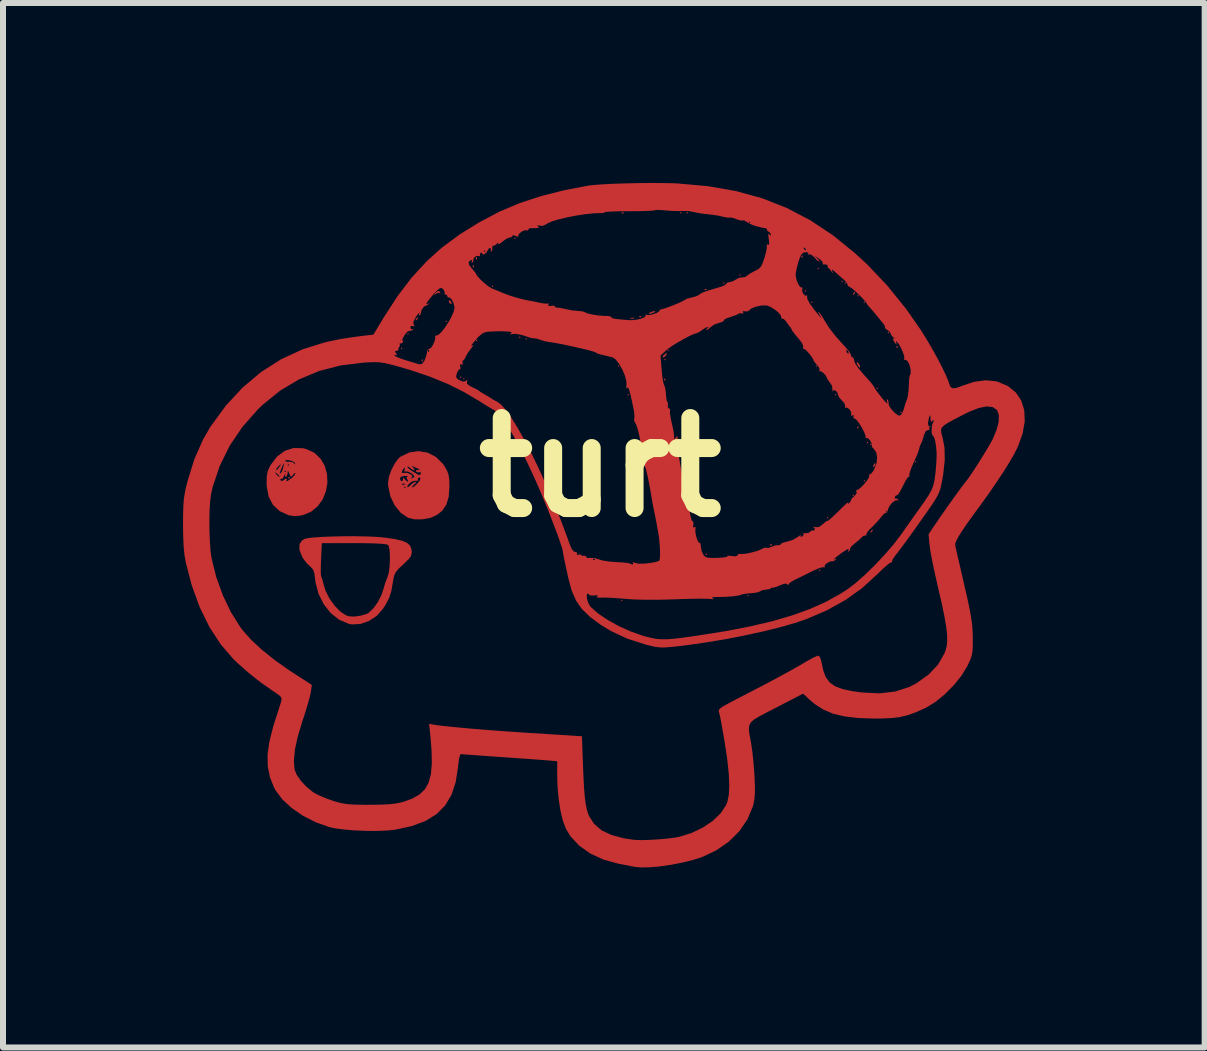
<source format=kicad_pcb>
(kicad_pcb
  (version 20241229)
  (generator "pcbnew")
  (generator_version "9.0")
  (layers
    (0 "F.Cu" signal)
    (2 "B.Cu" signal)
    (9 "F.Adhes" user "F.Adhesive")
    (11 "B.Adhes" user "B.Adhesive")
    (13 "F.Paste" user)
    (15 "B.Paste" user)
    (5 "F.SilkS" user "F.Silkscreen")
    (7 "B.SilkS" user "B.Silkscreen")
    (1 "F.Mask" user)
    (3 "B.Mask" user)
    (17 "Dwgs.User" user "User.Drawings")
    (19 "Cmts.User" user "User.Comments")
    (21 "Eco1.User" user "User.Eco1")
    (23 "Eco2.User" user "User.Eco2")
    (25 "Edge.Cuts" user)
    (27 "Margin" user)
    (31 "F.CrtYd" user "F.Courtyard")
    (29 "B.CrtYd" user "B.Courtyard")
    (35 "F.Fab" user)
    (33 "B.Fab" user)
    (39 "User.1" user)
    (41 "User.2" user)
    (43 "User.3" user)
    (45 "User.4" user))
  (footprint "turt"
    (layer "F.Cu")
    (at 6.955 4.739)
    (property "Reference" "turt" (at 0 0 0) (layer "F.SilkS") (effects (font (size 1.5 1.5) (thickness 0.3))))
    (attr board_only exclude_from_pos_files exclude_from_bom)
    (fp_poly (pts (xy -3.298 -1.981) (xy -3.311 -1.968) (xy -3.325 -1.981) (xy -3.311 -1.995)) (stroke (width 0) (type solid)) (fill yes) (layer "F.Cu"))
    (fp_poly (pts (xy -3.192 -2.221) (xy -3.205 -2.208) (xy -3.218 -2.221) (xy -3.205 -2.234)) (stroke (width 0) (type solid)) (fill yes) (layer "F.Cu"))
    (fp_poly (pts (xy -2.553 -2.434) (xy -2.567 -2.42) (xy -2.58 -2.434) (xy -2.567 -2.447)) (stroke (width 0) (type solid)) (fill yes) (layer "F.Cu"))
    (fp_poly (pts (xy -2.314 -1.503) (xy -2.327 -1.489) (xy -2.341 -1.503) (xy -2.327 -1.516)) (stroke (width 0) (type solid)) (fill yes) (layer "F.Cu"))
    (fp_poly (pts (xy -2.261 -1.476) (xy -2.274 -1.463) (xy -2.287 -1.476) (xy -2.274 -1.489)) (stroke (width 0) (type solid)) (fill yes) (layer "F.Cu"))
    (fp_poly (pts (xy -2.048 -2.114) (xy -2.061 -2.101) (xy -2.075 -2.114) (xy -2.061 -2.128)) (stroke (width 0) (type solid)) (fill yes) (layer "F.Cu"))
    (fp_poly (pts (xy -1.782 -3.019) (xy -1.795 -3.005) (xy -1.809 -3.019) (xy -1.795 -3.032)) (stroke (width 0) (type solid)) (fill yes) (layer "F.Cu"))
    (fp_poly (pts (xy -1.41 -3.817) (xy -1.423 -3.803) (xy -1.436 -3.817) (xy -1.423 -3.83)) (stroke (width 0) (type solid)) (fill yes) (layer "F.Cu"))
    (fp_poly (pts (xy -1.33 -2.168) (xy -1.343 -2.154) (xy -1.356 -2.168) (xy -1.343 -2.181)) (stroke (width 0) (type solid)) (fill yes) (layer "F.Cu"))
    (fp_poly (pts (xy -1.223 -2.141) (xy -1.237 -2.128) (xy -1.25 -2.141) (xy -1.237 -2.154)) (stroke (width 0) (type solid)) (fill yes) (layer "F.Cu"))
    (fp_poly (pts (xy 0.319 -1.689) (xy 0.306 -1.676) (xy 0.293 -1.689) (xy 0.306 -1.702)) (stroke (width 0) (type solid)) (fill yes) (layer "F.Cu"))
    (fp_poly (pts (xy 0.372 2.221) (xy 0.359 2.234) (xy 0.346 2.221) (xy 0.359 2.208)) (stroke (width 0) (type solid)) (fill yes) (layer "F.Cu"))
    (fp_poly (pts (xy 0.479 -1.21) (xy 0.465 -1.197) (xy 0.452 -1.21) (xy 0.465 -1.223)) (stroke (width 0) (type solid)) (fill yes) (layer "F.Cu"))
    (fp_poly (pts (xy 1.09 -1.795) (xy 1.077 -1.782) (xy 1.064 -1.795) (xy 1.077 -1.809)) (stroke (width 0) (type solid)) (fill yes) (layer "F.Cu"))
    (fp_poly (pts (xy 1.144 -1.955) (xy 1.13 -1.942) (xy 1.117 -1.955) (xy 1.13 -1.968)) (stroke (width 0) (type solid)) (fill yes) (layer "F.Cu"))
    (fp_poly (pts (xy 1.356 -4.242) (xy 1.343 -4.229) (xy 1.33 -4.242) (xy 1.343 -4.255)) (stroke (width 0) (type solid)) (fill yes) (layer "F.Cu"))
    (fp_poly (pts (xy 1.463 -4.242) (xy 1.45 -4.229) (xy 1.436 -4.242) (xy 1.45 -4.255)) (stroke (width 0) (type solid)) (fill yes) (layer "F.Cu"))
    (fp_poly (pts (xy 1.543 0.758) (xy 1.529 0.771) (xy 1.516 0.758) (xy 1.529 0.745)) (stroke (width 0) (type solid)) (fill yes) (layer "F.Cu"))
    (fp_poly (pts (xy 1.782 1.45) (xy 1.769 1.463) (xy 1.755 1.45) (xy 1.769 1.436)) (stroke (width 0) (type solid)) (fill yes) (layer "F.Cu"))
    (fp_poly (pts (xy 2.075 -3.072) (xy 2.061 -3.059) (xy 2.048 -3.072) (xy 2.061 -3.085)) (stroke (width 0) (type solid)) (fill yes) (layer "F.Cu"))
    (fp_poly (pts (xy 2.341 -3.205) (xy 2.327 -3.192) (xy 2.314 -3.205) (xy 2.327 -3.218)) (stroke (width 0) (type solid)) (fill yes) (layer "F.Cu"))
    (fp_poly (pts (xy 2.474 2.141) (xy 2.46 2.154) (xy 2.447 2.141) (xy 2.46 2.128)) (stroke (width 0) (type solid)) (fill yes) (layer "F.Cu"))
    (fp_poly (pts (xy 3.431 -2.939) (xy 3.418 -2.926) (xy 3.404 -2.939) (xy 3.418 -2.952)) (stroke (width 0) (type solid)) (fill yes) (layer "F.Cu"))
    (fp_poly (pts (xy 3.537 -2.753) (xy 3.524 -2.739) (xy 3.511 -2.753) (xy 3.524 -2.766)) (stroke (width 0) (type solid)) (fill yes) (layer "F.Cu"))
    (fp_poly (pts (xy 3.617 -1.689) (xy 3.604 -1.676) (xy 3.591 -1.689) (xy 3.604 -1.702)) (stroke (width 0) (type solid)) (fill yes) (layer "F.Cu"))
    (fp_poly (pts (xy 3.644 -3.311) (xy 3.63 -3.298) (xy 3.617 -3.311) (xy 3.63 -3.325)) (stroke (width 0) (type solid)) (fill yes) (layer "F.Cu"))
    (fp_poly (pts (xy 3.67 1.715) (xy 3.657 1.729) (xy 3.644 1.715) (xy 3.657 1.702)) (stroke (width 0) (type solid)) (fill yes) (layer "F.Cu"))
    (fp_poly (pts (xy 3.803 0.838) (xy 3.79 0.851) (xy 3.777 0.838) (xy 3.79 0.825)) (stroke (width 0) (type solid)) (fill yes) (layer "F.Cu"))
    (fp_poly (pts (xy 3.936 -1.21) (xy 3.923 -1.197) (xy 3.91 -1.21) (xy 3.923 -1.223)) (stroke (width 0) (type solid)) (fill yes) (layer "F.Cu"))
    (fp_poly (pts (xy 4.043 -3.099) (xy 4.029 -3.085) (xy 4.016 -3.099) (xy 4.029 -3.112)) (stroke (width 0) (type solid)) (fill yes) (layer "F.Cu"))
    (fp_poly (pts (xy 4.096 -3.072) (xy 4.083 -3.059) (xy 4.069 -3.072) (xy 4.083 -3.085)) (stroke (width 0) (type solid)) (fill yes) (layer "F.Cu"))
    (fp_poly (pts (xy 4.229 0.465) (xy 4.216 0.479) (xy 4.202 0.465) (xy 4.216 0.452)) (stroke (width 0) (type solid)) (fill yes) (layer "F.Cu"))
    (fp_poly (pts (xy 4.309 -2.859) (xy 4.295 -2.846) (xy 4.282 -2.859) (xy 4.295 -2.872)) (stroke (width 0) (type solid)) (fill yes) (layer "F.Cu"))
    (fp_poly (pts (xy 4.415 -2.753) (xy 4.402 -2.739) (xy 4.388 -2.753) (xy 4.402 -2.766)) (stroke (width 0) (type solid)) (fill yes) (layer "F.Cu"))
    (fp_poly (pts (xy 4.415 0.226) (xy 4.402 0.239) (xy 4.388 0.226) (xy 4.402 0.213)) (stroke (width 0) (type solid)) (fill yes) (layer "F.Cu"))
    (fp_poly (pts (xy 4.468 -0.412) (xy 4.455 -0.399) (xy 4.442 -0.412) (xy 4.455 -0.426)) (stroke (width 0) (type solid)) (fill yes) (layer "F.Cu"))
    (fp_poly (pts (xy 4.521 -0.386) (xy 4.508 -0.372) (xy 4.495 -0.386) (xy 4.508 -0.399)) (stroke (width 0) (type solid)) (fill yes) (layer "F.Cu"))
    (fp_poly (pts (xy 4.628 -1.317) (xy 4.615 -1.303) (xy 4.601 -1.317) (xy 4.615 -1.33)) (stroke (width 0) (type solid)) (fill yes) (layer "F.Cu"))
    (fp_poly (pts (xy 4.814 -2.247) (xy 4.801 -2.234) (xy 4.787 -2.247) (xy 4.801 -2.261)) (stroke (width 0) (type solid)) (fill yes) (layer "F.Cu"))
    (fp_poly (pts (xy 5.027 -0.918) (xy 5.014 -0.904) (xy 5 -0.918) (xy 5.014 -0.931)) (stroke (width 0) (type solid)) (fill yes) (layer "F.Cu"))
    (fp_poly (pts (xy 5.266 -0.093) (xy 5.253 -0.08) (xy 5.24 -0.093) (xy 5.253 -0.106)) (stroke (width 0) (type solid)) (fill yes) (layer "F.Cu"))
    (fp_poly (pts (xy 5.506 -0.678) (xy 5.492 -0.665) (xy 5.479 -0.678) (xy 5.492 -0.692)) (stroke (width 0) (type solid)) (fill yes) (layer "F.Cu"))
    (fp_poly (pts (xy -5.169 0.168) (xy -5.172 0.184) (xy -5.186 0.186) (xy -5.208 0.176) (xy -5.204 0.168) (xy -5.173 0.165)) (stroke (width 0) (type solid)) (fill yes) (layer "F.Cu"))
    (fp_poly (pts (xy -2.961 -1.8) (xy -2.958 -1.768) (xy -2.961 -1.764) (xy -2.977 -1.768) (xy -2.979 -1.782) (xy -2.969 -1.804)) (stroke (width 0) (type solid)) (fill yes) (layer "F.Cu"))
    (fp_poly (pts (xy -2.11 -3.369) (xy -2.107 -3.337) (xy -2.11 -3.333) (xy -2.126 -3.337) (xy -2.128 -3.351) (xy -2.118 -3.373)) (stroke (width 0) (type solid)) (fill yes) (layer "F.Cu"))
    (fp_poly (pts (xy -2.057 -3.502) (xy -2.054 -3.47) (xy -2.057 -3.466) (xy -2.073 -3.47) (xy -2.075 -3.484) (xy -2.065 -3.506)) (stroke (width 0) (type solid)) (fill yes) (layer "F.Cu"))
    (fp_poly (pts (xy 0.39 -4.247) (xy 0.386 -4.231) (xy 0.372 -4.229) (xy 0.35 -4.239) (xy 0.355 -4.247) (xy 0.386 -4.25)) (stroke (width 0) (type solid)) (fill yes) (layer "F.Cu"))
    (fp_poly (pts (xy 0.565 -2.491) (xy 0.569 -2.481) (xy 0.532 -2.478) (xy 0.494 -2.482) (xy 0.499 -2.491) (xy 0.553 -2.495)) (stroke (width 0) (type solid)) (fill yes) (layer "F.Cu"))
    (fp_poly (pts (xy 0.683 -2.518) (xy 0.679 -2.502) (xy 0.665 -2.5) (xy 0.643 -2.51) (xy 0.647 -2.518) (xy 0.679 -2.521)) (stroke (width 0) (type solid)) (fill yes) (layer "F.Cu"))
    (fp_poly (pts (xy 1.082 -1.481) (xy 1.085 -1.449) (xy 1.082 -1.445) (xy 1.066 -1.449) (xy 1.064 -1.463) (xy 1.074 -1.485)) (stroke (width 0) (type solid)) (fill yes) (layer "F.Cu"))
    (fp_poly (pts (xy 1.773 -2.97) (xy 1.769 -2.954) (xy 1.755 -2.952) (xy 1.734 -2.962) (xy 1.738 -2.97) (xy 1.769 -2.973)) (stroke (width 0) (type solid)) (fill yes) (layer "F.Cu"))
    (fp_poly (pts (xy 2.864 1.286) (xy 2.86 1.301) (xy 2.846 1.303) (xy 2.824 1.294) (xy 2.828 1.286) (xy 2.86 1.282)) (stroke (width 0) (type solid)) (fill yes) (layer "F.Cu"))
    (fp_poly (pts (xy 3.369 -3.529) (xy 3.372 -3.497) (xy 3.369 -3.493) (xy 3.353 -3.497) (xy 3.351 -3.511) (xy 3.361 -3.533)) (stroke (width 0) (type solid)) (fill yes) (layer "F.Cu"))
    (fp_poly (pts (xy 4.3 -0.683) (xy 4.303 -0.651) (xy 4.3 -0.647) (xy 4.284 -0.651) (xy 4.282 -0.665) (xy 4.292 -0.687)) (stroke (width 0) (type solid)) (fill yes) (layer "F.Cu"))
    (fp_poly (pts (xy 4.965 -2.012) (xy 4.961 -1.997) (xy 4.947 -1.995) (xy 4.925 -2.004) (xy 4.929 -2.012) (xy 4.961 -2.016)) (stroke (width 0) (type solid)) (fill yes) (layer "F.Cu"))
    (fp_poly (pts (xy 4.589 -0.062) (xy 4.585 -0.041) (xy 4.563 -0.004) (xy 4.549 -0.01) (xy 4.548 -0.025) (xy 4.567 -0.061) (xy 4.574 -0.066)) (stroke (width 0) (type solid)) (fill yes) (layer "F.Cu"))
    (fp_poly (pts (xy -3.04 -2.483) (xy -3.045 -2.474) (xy -3.07 -2.448) (xy -3.075 -2.447) (xy -3.077 -2.464) (xy -3.072 -2.474) (xy -3.047 -2.499) (xy -3.042 -2.5)) (stroke (width 0) (type solid)) (fill yes) (layer "F.Cu"))
    (fp_poly (pts (xy -2.495 -2.772) (xy -2.475 -2.738) (xy -2.477 -2.727) (xy -2.505 -2.727) (xy -2.509 -2.731) (xy -2.527 -2.772) (xy -2.527 -2.776) (xy -2.513 -2.786)) (stroke (width 0) (type solid)) (fill yes) (layer "F.Cu"))
    (fp_poly (pts (xy 0.92 -2.597) (xy 0.891 -2.58) (xy 0.835 -2.56) (xy 0.806 -2.557) (xy 0.814 -2.572) (xy 0.825 -2.58) (xy 0.881 -2.602) (xy 0.904 -2.604)) (stroke (width 0) (type solid)) (fill yes) (layer "F.Cu"))
    (fp_poly (pts (xy 1.105 -1.887) (xy 1.102 -1.879) (xy 1.078 -1.846) (xy 1.049 -1.832) (xy 1.037 -1.845) (xy 1.055 -1.868) (xy 1.078 -1.889) (xy 1.107 -1.908)) (stroke (width 0) (type solid)) (fill yes) (layer "F.Cu"))
    (fp_poly (pts (xy 4.247 -2.908) (xy 4.242 -2.899) (xy 4.217 -2.874) (xy 4.212 -2.872) (xy 4.211 -2.89) (xy 4.216 -2.899) (xy 4.241 -2.924) (xy 4.245 -2.926)) (stroke (width 0) (type solid)) (fill yes) (layer "F.Cu"))
    (fp_poly (pts (xy 4.305 -1.735) (xy 4.327 -1.695) (xy 4.33 -1.662) (xy 4.328 -1.66) (xy 4.31 -1.672) (xy 4.288 -1.703) (xy 4.271 -1.743) (xy 4.279 -1.755)) (stroke (width 0) (type solid)) (fill yes) (layer "F.Cu"))
    (fp_poly (pts (xy 4.54 1.054) (xy 4.535 1.064) (xy 4.51 1.089) (xy 4.505 1.09) (xy 4.503 1.073) (xy 4.508 1.064) (xy 4.533 1.038) (xy 4.538 1.037)) (stroke (width 0) (type solid)) (fill yes) (layer "F.Cu"))
    (fp_poly (pts (xy -2.671 -2.92) (xy -2.665 -2.9) (xy -2.673 -2.905) (xy -2.709 -2.908) (xy -2.73 -2.896) (xy -2.76 -2.877) (xy -2.766 -2.879) (xy -2.748 -2.905) (xy -2.729 -2.924) (xy -2.692 -2.941)) (stroke (width 0) (type solid)) (fill yes) (layer "F.Cu"))
    (fp_poly (pts (xy -3.941 1.151) (xy -3.783 1.156) (xy -3.651 1.165) (xy -3.614 1.169) (xy -3.44 1.193) (xy -3.313 1.221) (xy -3.226 1.256) (xy -3.173 1.302) (xy -3.148 1.361) (xy -3.144 1.386) (xy -3.144 1.438) (xy -3.158 1.483) (xy -3.195 1.531) (xy -3.263 1.598) (xy -3.285 1.618) (xy -3.363 1.691) (xy -3.409 1.748) (xy -3.436 1.805) (xy -3.452 1.881) (xy -3.459 1.926) (xy -3.484 2.066) (xy -3.52 2.178) (xy -3.577 2.287) (xy -3.624 2.36) (xy -3.727 2.476) (xy -3.857 2.561) (xy -3.999 2.611) (xy -4.141 2.618) (xy -4.189 2.609) (xy -4.349 2.542) (xy -4.491 2.431) (xy -4.608 2.284) (xy -4.696 2.109) (xy -4.747 1.914) (xy -4.754 1.854) (xy -4.767 1.76) (xy -4.772 1.747) (xy -4.659 1.747) (xy -4.655 1.808) (xy -4.651 1.824) (xy -4.636 1.855) (xy -4.62 1.917) (xy -4.617 1.935) (xy -4.579 2.06) (xy -4.513 2.188) (xy -4.428 2.306) (xy -4.334 2.403) (xy -4.24 2.466) (xy -4.194 2.482) (xy -4.099 2.487) (xy -3.991 2.472) (xy -3.894 2.443) (xy -3.862 2.426) (xy -3.785 2.354) (xy -3.709 2.249) (xy -3.647 2.128) (xy -3.615 2.031) (xy -3.588 1.938) (xy -3.558 1.855) (xy -3.547 1.83) (xy -3.527 1.767) (xy -3.514 1.674) (xy -3.507 1.565) (xy -3.507 1.458) (xy -3.514 1.366) (xy -3.528 1.306) (xy -3.535 1.295) (xy -3.568 1.283) (xy -3.642 1.274) (xy -3.759 1.268) (xy -3.924 1.264) (xy -4.104 1.263) (xy -4.641 1.263) (xy -4.654 1.539) (xy -4.658 1.654) (xy -4.659 1.747) (xy -4.772 1.747) (xy -4.789 1.701) (xy -4.827 1.659) (xy -4.84 1.649) (xy -4.896 1.594) (xy -4.954 1.516) (xy -4.973 1.482) (xy -5.016 1.369) (xy -5.013 1.279) (xy -4.966 1.214) (xy -4.926 1.192) (xy -4.866 1.179) (xy -4.763 1.168) (xy -4.627 1.159) (xy -4.466 1.153) (xy -4.292 1.149) (xy -4.113 1.148)) (stroke (width 0) (type solid)) (fill yes) (layer "F.Cu"))
    (fp_poly (pts (xy -4.959 -0.319) (xy -4.901 -0.305) (xy -4.764 -0.241) (xy -4.662 -0.144) (xy -4.592 -0.024) (xy -4.555 0.112) (xy -4.548 0.256) (xy -4.573 0.398) (xy -4.626 0.532) (xy -4.709 0.648) (xy -4.819 0.739) (xy -4.956 0.796) (xy -5.014 0.807) (xy -5.103 0.811) (xy -5.183 0.801) (xy -5.193 0.799) (xy -5.345 0.729) (xy -5.456 0.625) (xy -5.528 0.486) (xy -5.56 0.312) (xy -5.562 0.255) (xy -5.56 0.201) (xy -5.336 0.201) (xy -5.332 0.214) (xy -5.305 0.23) (xy -5.284 0.215) (xy -5.245 0.189) (xy -5.233 0.186) (xy -5.223 0.203) (xy -5.229 0.217) (xy -5.232 0.235) (xy -5.21 0.226) (xy -5.143 0.179) (xy -5.095 0.129) (xy -5.08 0.097) (xy -5.093 0.094) (xy -5.118 0.121) (xy -5.147 0.155) (xy -5.165 0.146) (xy -5.183 0.106) (xy -5.202 0.062) (xy -5.21 0.065) (xy -5.211 0.1) (xy -5.223 0.146) (xy -5.241 0.16) (xy -5.256 0.142) (xy -5.25 0.126) (xy -5.245 0.108) (xy -5.255 0.115) (xy -5.279 0.159) (xy -5.281 0.168) (xy -5.302 0.192) (xy -5.316 0.192) (xy -5.336 0.201) (xy -5.56 0.201) (xy -5.558 0.142) (xy -5.545 0.08) (xy -5.424 0.08) (xy -5.417 0.094) (xy -5.403 0.113) (xy -5.364 0.154) (xy -5.346 0.154) (xy -5.346 0.15) (xy -5.364 0.127) (xy -5.39 0.105) (xy -5.344 0.105) (xy -5.324 0.094) (xy -5.321 0.092) (xy -5.308 0.066) (xy -5.266 0.066) (xy -5.253 0.08) (xy -5.24 0.066) (xy -5.253 0.053) (xy -5.266 0.066) (xy -5.308 0.066) (xy -5.298 0.049) (xy -5.28 -0.013) (xy -5.275 -0.04) (xy -5.213 -0.04) (xy -5.2 -0.027) (xy -5.186 -0.04) (xy -5.2 -0.053) (xy -5.213 -0.04) (xy -5.275 -0.04) (xy -5.27 -0.063) (xy -5.274 -0.068) (xy -5.294 -0.027) (xy -5.305 -0.004) (xy -5.337 0.073) (xy -5.344 0.105) (xy -5.39 0.105) (xy -5.393 0.103) (xy -5.424 0.08) (xy -5.545 0.08) (xy -5.54 0.057) (xy -5.53 0.034) (xy -5.399 0.034) (xy -5.394 0.053) (xy -5.392 0.051) (xy -5.372 0.023) (xy -5.345 -0.013) (xy -5.32 -0.049) (xy -5.329 -0.048) (xy -5.353 -0.03) (xy -5.39 0.011) (xy -5.399 0.034) (xy -5.53 0.034) (xy -5.503 -0.023) (xy -5.494 -0.039) (xy -5.44 -0.11) (xy -5.253 -0.11) (xy -5.251 -0.104) (xy -5.218 -0.091) (xy -5.186 -0.093) (xy -5.137 -0.09) (xy -5.119 -0.078) (xy -5.091 -0.054) (xy -5.086 -0.053) (xy -5.087 -0.068) (xy -5.102 -0.085) (xy -5.139 -0.107) (xy -5.19 -0.119) (xy -5.235 -0.121) (xy -5.253 -0.11) (xy -5.44 -0.11) (xy -5.387 -0.18) (xy -5.258 -0.275) (xy -5.114 -0.322)) (stroke (width 0) (type solid)) (fill yes) (layer "F.Cu"))
    (fp_poly (pts (xy -2.878 -0.245) (xy -2.741 -0.174) (xy -2.625 -0.06) (xy -2.594 -0.016) (xy -2.552 0.06) (xy -2.528 0.128) (xy -2.517 0.209) (xy -2.514 0.315) (xy -2.526 0.487) (xy -2.565 0.62) (xy -2.634 0.723) (xy -2.715 0.789) (xy -2.826 0.84) (xy -2.96 0.866) (xy -3.093 0.867) (xy -3.206 0.84) (xy -3.208 0.838) (xy -3.327 0.757) (xy -3.426 0.635) (xy -3.497 0.487) (xy -3.531 0.332) (xy -3.271 0.332) (xy -3.258 0.346) (xy -3.245 0.332) (xy -3.249 0.328) (xy -3.218 0.328) (xy -3.203 0.331) (xy -3.167 0.301) (xy -3.164 0.298) (xy -3.115 0.256) (xy -3.078 0.24) (xy -3.069 0.253) (xy -3.092 0.276) (xy -3.129 0.313) (xy -3.138 0.333) (xy -3.124 0.334) (xy -3.088 0.308) (xy -3.046 0.266) (xy -3.011 0.222) (xy -3.004 0.211) (xy -2.998 0.175) (xy -3.018 0.168) (xy -3.042 0.187) (xy -3.04 0.204) (xy -3.043 0.228) (xy -3.07 0.223) (xy -3.12 0.228) (xy -3.175 0.261) (xy -3.213 0.307) (xy -3.218 0.328) (xy -3.249 0.328) (xy -3.258 0.319) (xy -3.271 0.332) (xy -3.531 0.332) (xy -3.534 0.323) (xy -3.536 0.286) (xy -3.313 0.286) (xy -3.287 0.29) (xy -3.252 0.286) (xy -3.252 0.276) (xy -3.288 0.27) (xy -3.303 0.274) (xy -3.313 0.286) (xy -3.536 0.286) (xy -3.537 0.253) (xy -3.527 0.188) (xy -3.34 0.188) (xy -3.324 0.225) (xy -3.308 0.231) (xy -3.287 0.211) (xy -3.289 0.188) (xy -3.293 0.164) (xy -3.274 0.181) (xy -3.264 0.193) (xy -3.226 0.23) (xy -3.205 0.239) (xy -3.202 0.223) (xy -3.216 0.202) (xy -3.233 0.168) (xy -3.213 0.152) (xy -3.211 0.145) (xy -3.252 0.143) (xy -3.259 0.143) (xy -3.322 0.156) (xy -3.34 0.188) (xy -3.527 0.188) (xy -3.522 0.155) (xy -3.498 0.089) (xy -3.311 0.089) (xy -3.286 0.095) (xy -3.268 0.092) (xy -3.217 0.094) (xy -3.168 0.112) (xy -3.135 0.138) (xy -3.132 0.161) (xy -3.143 0.168) (xy -3.161 0.181) (xy -3.147 0.184) (xy -3.106 0.169) (xy -3.1 0.162) (xy -3.108 0.133) (xy -3.147 0.099) (xy -3.198 0.073) (xy -3.242 0.067) (xy -3.25 0.07) (xy -3.269 0.07) (xy -3.263 0.044) (xy -3.254 0.005) (xy -3.268 0.008) (xy -3.297 0.05) (xy -3.297 0.052) (xy -3.311 0.089) (xy -3.498 0.089) (xy -3.481 0.042) (xy -3.454 -0.009) (xy -3.218 -0.009) (xy -3.197 0.018) (xy -3.144 0.058) (xy -3.118 0.074) (xy -3.053 0.112) (xy -3.02 0.128) (xy -3.004 0.125) (xy -2.993 0.108) (xy -2.992 0.106) (xy -2.99 0.083) (xy -2.997 0.082) (xy -3.052 0.083) (xy -3.075 0.065) (xy -3.072 0.053) (xy -3.038 0.039) (xy -3.024 0.044) (xy -3.007 0.048) (xy -3.014 0.038) (xy -3.048 0.014) (xy -3.054 0.013) (xy -3.09 0.000108) (xy -3.112 -0.012) (xy -3.138 -0.025) (xy -3.127 -0.006) (xy -3.115 0.008) (xy -3.094 0.044) (xy -3.108 0.051) (xy -3.149 0.027) (xy -3.17 0.009) (xy -3.206 -0.015) (xy -3.218 -0.009) (xy -3.454 -0.009) (xy -3.425 -0.065) (xy -3.363 -0.149) (xy -3.331 -0.177) (xy -3.182 -0.248) (xy -3.028 -0.27)) (stroke (width 0) (type solid)) (fill yes) (layer "F.Cu"))
    (fp_poly (pts (xy 1.024 -4.738) (xy 1.2 -4.735) (xy 1.293 -4.731) (xy 1.794 -4.686) (xy 2.26 -4.605) (xy 2.696 -4.485) (xy 3.108 -4.323) (xy 3.5 -4.118) (xy 3.877 -3.868) (xy 4.245 -3.569) (xy 4.451 -3.379) (xy 4.782 -3.03) (xy 5.097 -2.64) (xy 5.338 -2.295) (xy 5.43 -2.149) (xy 5.522 -1.991) (xy 5.611 -1.832) (xy 5.69 -1.681) (xy 5.754 -1.549) (xy 5.798 -1.445) (xy 5.813 -1.399) (xy 5.836 -1.34) (xy 5.875 -1.315) (xy 5.938 -1.324) (xy 6.021 -1.355) (xy 6.23 -1.425) (xy 6.426 -1.451) (xy 6.601 -1.433) (xy 6.624 -1.427) (xy 6.794 -1.354) (xy 6.925 -1.248) (xy 7.016 -1.112) (xy 7.066 -0.951) (xy 7.074 -0.767) (xy 7.039 -0.565) (xy 6.961 -0.347) (xy 6.894 -0.213) (xy 6.817 -0.081) (xy 6.716 0.08) (xy 6.599 0.256) (xy 6.477 0.434) (xy 6.359 0.598) (xy 6.219 0.789) (xy 6.109 0.943) (xy 6.027 1.064) (xy 5.969 1.156) (xy 5.933 1.224) (xy 5.916 1.274) (xy 5.916 1.307) (xy 5.926 1.35) (xy 5.945 1.437) (xy 5.974 1.559) (xy 6.008 1.708) (xy 6.047 1.876) (xy 6.068 1.968) (xy 6.115 2.173) (xy 6.15 2.336) (xy 6.175 2.468) (xy 6.192 2.578) (xy 6.202 2.676) (xy 6.207 2.772) (xy 6.208 2.846) (xy 6.208 2.974) (xy 6.203 3.066) (xy 6.19 3.138) (xy 6.167 3.206) (xy 6.129 3.288) (xy 6.118 3.311) (xy 6.023 3.468) (xy 5.894 3.628) (xy 5.744 3.78) (xy 5.587 3.909) (xy 5.435 4.003) (xy 5.424 4.008) (xy 5.268 4.079) (xy 5.131 4.128) (xy 4.999 4.161) (xy 4.855 4.179) (xy 4.683 4.186) (xy 4.561 4.187) (xy 4.293 4.178) (xy 4.068 4.151) (xy 3.877 4.105) (xy 3.714 4.035) (xy 3.57 3.942) (xy 3.496 3.879) (xy 3.38 3.772) (xy 2.927 4.006) (xy 2.766 4.089) (xy 2.647 4.152) (xy 2.563 4.203) (xy 2.51 4.25) (xy 2.483 4.3) (xy 2.476 4.361) (xy 2.484 4.439) (xy 2.503 4.542) (xy 2.514 4.601) (xy 2.532 4.723) (xy 2.549 4.876) (xy 2.563 5.039) (xy 2.571 5.16) (xy 2.577 5.315) (xy 2.577 5.432) (xy 2.569 5.525) (xy 2.554 5.607) (xy 2.542 5.652) (xy 2.453 5.866) (xy 2.319 6.063) (xy 2.143 6.237) (xy 1.933 6.384) (xy 1.703 6.492) (xy 1.549 6.543) (xy 1.37 6.587) (xy 1.181 6.624) (xy 0.993 6.651) (xy 0.819 6.666) (xy 0.672 6.669) (xy 0.572 6.658) (xy 0.521 6.648) (xy 0.435 6.631) (xy 0.33 6.611) (xy 0.306 6.607) (xy 0.056 6.539) (xy -0.164 6.438) (xy -0.35 6.307) (xy -0.497 6.149) (xy -0.574 6.022) (xy -0.624 5.889) (xy -0.665 5.717) (xy -0.695 5.517) (xy -0.714 5.302) (xy -0.718 5.142) (xy -0.718 4.898) (xy -0.884 4.884) (xy -0.959 4.878) (xy -1.077 4.869) (xy -1.228 4.858) (xy -1.401 4.846) (xy -1.587 4.833) (xy -1.674 4.827) (xy -1.852 4.814) (xy -2.012 4.803) (xy -2.147 4.793) (xy -2.249 4.786) (xy -2.311 4.781) (xy -2.325 4.779) (xy -2.34 4.801) (xy -2.356 4.867) (xy -2.369 4.966) (xy -2.371 4.995) (xy -2.41 5.247) (xy -2.481 5.46) (xy -2.587 5.637) (xy -2.731 5.781) (xy -2.914 5.894) (xy -3.141 5.979) (xy -3.413 6.038) (xy -3.414 6.039) (xy -3.551 6.053) (xy -3.72 6.06) (xy -3.906 6.059) (xy -4.096 6.051) (xy -4.273 6.036) (xy -4.423 6.016) (xy -4.508 5.998) (xy -4.739 5.917) (xy -4.953 5.808) (xy -5.144 5.678) (xy -5.3 5.533) (xy -5.415 5.379) (xy -5.438 5.336) (xy -5.506 5.164) (xy -5.542 4.986) (xy -5.546 4.794) (xy -5.517 4.579) (xy -5.455 4.333) (xy -5.422 4.225) (xy -5.384 4.11) (xy -5.351 4.005) (xy -5.326 3.928) (xy -5.319 3.903) (xy -5.311 3.865) (xy -5.319 3.833) (xy -5.352 3.799) (xy -5.418 3.752) (xy -5.474 3.715) (xy -5.662 3.583) (xy -5.86 3.426) (xy -6.046 3.262) (xy -6.118 3.192) (xy -6.328 2.948) (xy -6.515 2.66) (xy -6.676 2.333) (xy -6.808 1.97) (xy -6.907 1.592) (xy -6.93 1.465) (xy -6.944 1.321) (xy -6.952 1.149) (xy -6.955 0.944) (xy -6.954 0.878) (xy -6.515 0.878) (xy -6.514 1.06) (xy -6.507 1.237) (xy -6.496 1.394) (xy -6.479 1.516) (xy -6.478 1.52) (xy -6.401 1.828) (xy -6.292 2.13) (xy -6.158 2.411) (xy -6.004 2.657) (xy -5.967 2.708) (xy -5.824 2.87) (xy -5.638 3.042) (xy -5.418 3.219) (xy -5.17 3.393) (xy -5.124 3.423) (xy -4.808 3.626) (xy -4.824 3.743) (xy -4.838 3.811) (xy -4.867 3.917) (xy -4.905 4.046) (xy -4.95 4.187) (xy -4.963 4.224) (xy -5.042 4.485) (xy -5.09 4.707) (xy -5.107 4.892) (xy -5.096 5.035) (xy -5.06 5.124) (xy -4.99 5.225) (xy -4.896 5.325) (xy -4.792 5.41) (xy -4.754 5.434) (xy -4.671 5.475) (xy -4.56 5.521) (xy -4.445 5.562) (xy -4.442 5.563) (xy -4.354 5.588) (xy -4.273 5.605) (xy -4.183 5.616) (xy -4.074 5.622) (xy -3.93 5.624) (xy -3.843 5.624) (xy -3.66 5.622) (xy -3.519 5.615) (xy -3.409 5.603) (xy -3.318 5.585) (xy -3.285 5.576) (xy -3.133 5.521) (xy -3.014 5.453) (xy -2.924 5.366) (xy -2.861 5.255) (xy -2.823 5.114) (xy -2.808 4.938) (xy -2.812 4.721) (xy -2.829 4.511) (xy -2.853 4.275) (xy -2.763 4.291) (xy -2.688 4.302) (xy -2.569 4.315) (xy -2.414 4.331) (xy -2.233 4.348) (xy -2.033 4.365) (xy -1.825 4.382) (xy -1.617 4.397) (xy -1.417 4.411) (xy -1.356 4.415) (xy -1.177 4.427) (xy -0.989 4.438) (xy -0.811 4.45) (xy -0.66 4.459) (xy -0.598 4.463) (xy -0.306 4.482) (xy -0.29 4.936) (xy -0.28 5.167) (xy -0.27 5.352) (xy -0.258 5.498) (xy -0.243 5.613) (xy -0.224 5.703) (xy -0.202 5.777) (xy -0.188 5.811) (xy -0.104 5.943) (xy 0.018 6.048) (xy 0.183 6.127) (xy 0.392 6.183) (xy 0.559 6.208) (xy 0.666 6.213) (xy 0.807 6.21) (xy 0.965 6.201) (xy 1.121 6.187) (xy 1.257 6.169) (xy 1.323 6.156) (xy 1.525 6.093) (xy 1.711 6.003) (xy 1.874 5.893) (xy 2.005 5.767) (xy 2.094 5.634) (xy 2.117 5.579) (xy 2.142 5.459) (xy 2.15 5.3) (xy 2.141 5.101) (xy 2.115 4.858) (xy 2.071 4.568) (xy 2.05 4.448) (xy 2.033 4.35) (xy 2.018 4.266) (xy 2.01 4.222) (xy 1.995 4.147) (xy 1.983 4.096) (xy 1.977 4.074) (xy 1.974 4.056) (xy 1.979 4.038) (xy 1.999 4.017) (xy 2.036 3.991) (xy 2.098 3.955) (xy 2.189 3.906) (xy 2.313 3.841) (xy 2.476 3.757) (xy 2.593 3.696) (xy 2.765 3.607) (xy 2.937 3.515) (xy 3.098 3.428) (xy 3.236 3.351) (xy 3.341 3.291) (xy 3.359 3.28) (xy 3.46 3.221) (xy 3.548 3.173) (xy 3.609 3.145) (xy 3.63 3.138) (xy 3.661 3.163) (xy 3.683 3.23) (xy 3.684 3.238) (xy 3.716 3.385) (xy 3.759 3.499) (xy 3.822 3.585) (xy 3.912 3.648) (xy 4.035 3.695) (xy 4.199 3.73) (xy 4.362 3.753) (xy 4.653 3.767) (xy 4.917 3.736) (xy 5.153 3.659) (xy 5.266 3.601) (xy 5.471 3.455) (xy 5.627 3.29) (xy 5.733 3.107) (xy 5.755 3.05) (xy 5.774 2.976) (xy 5.782 2.89) (xy 5.78 2.786) (xy 5.765 2.657) (xy 5.738 2.497) (xy 5.698 2.3) (xy 5.643 2.061) (xy 5.625 1.983) (xy 5.586 1.812) (xy 5.55 1.646) (xy 5.52 1.496) (xy 5.498 1.374) (xy 5.488 1.297) (xy 5.471 1.115) (xy 5.601 0.923) (xy 5.664 0.831) (xy 5.739 0.723) (xy 5.82 0.608) (xy 5.901 0.495) (xy 5.975 0.392) (xy 6.036 0.31) (xy 6.077 0.256) (xy 6.09 0.239) (xy 6.12 0.203) (xy 6.17 0.131) (xy 6.235 0.034) (xy 6.307 -0.078) (xy 6.38 -0.196) (xy 6.448 -0.307) (xy 6.504 -0.403) (xy 6.542 -0.473) (xy 6.542 -0.473) (xy 6.605 -0.624) (xy 6.639 -0.758) (xy 6.643 -0.87) (xy 6.616 -0.949) (xy 6.609 -0.958) (xy 6.537 -1.005) (xy 6.436 -1.015) (xy 6.305 -0.988) (xy 6.142 -0.923) (xy 6.041 -0.873) (xy 5.898 -0.799) (xy 5.796 -0.743) (xy 5.729 -0.699) (xy 5.692 -0.662) (xy 5.678 -0.624) (xy 5.682 -0.58) (xy 5.698 -0.522) (xy 5.703 -0.505) (xy 5.737 -0.328) (xy 5.741 -0.122) (xy 5.715 0.119) (xy 5.701 0.199) (xy 5.682 0.298) (xy 5.662 0.375) (xy 5.635 0.445) (xy 5.595 0.519) (xy 5.537 0.61) (xy 5.454 0.73) (xy 5.444 0.745) (xy 5.299 0.95) (xy 5.166 1.136) (xy 5.051 1.294) (xy 4.957 1.419) (xy 4.915 1.472) (xy 4.876 1.528) (xy 4.861 1.569) (xy 4.861 1.574) (xy 4.853 1.589) (xy 4.846 1.586) (xy 4.819 1.598) (xy 4.765 1.642) (xy 4.69 1.71) (xy 4.612 1.786) (xy 4.362 2.014) (xy 4.089 2.209) (xy 3.784 2.379) (xy 3.448 2.524) (xy 3.244 2.594) (xy 2.997 2.665) (xy 2.717 2.734) (xy 2.412 2.801) (xy 2.093 2.863) (xy 1.77 2.917) (xy 1.451 2.963) (xy 1.285 2.983) (xy 1.153 2.996) (xy 1.055 3.003) (xy 0.976 3) (xy 0.897 2.988) (xy 0.8 2.965) (xy 0.755 2.953) (xy 0.452 2.856) (xy 0.181 2.73) (xy 0.002 2.621) (xy -0.173 2.491) (xy -0.306 2.362) (xy -0.404 2.221) (xy -0.447 2.122) (xy -0.225 2.122) (xy -0.225 2.174) (xy -0.208 2.24) (xy -0.178 2.303) (xy -0.157 2.33) (xy -0.036 2.436) (xy 0.124 2.544) (xy 0.31 2.647) (xy 0.508 2.736) (xy 0.706 2.806) (xy 0.758 2.821) (xy 0.851 2.843) (xy 0.934 2.859) (xy 1.017 2.866) (xy 1.11 2.866) (xy 1.223 2.857) (xy 1.365 2.841) (xy 1.547 2.815) (xy 1.617 2.805) (xy 2.08 2.732) (xy 2.494 2.652) (xy 2.864 2.565) (xy 3.194 2.469) (xy 3.489 2.363) (xy 3.754 2.245) (xy 3.992 2.114) (xy 4.109 2.04) (xy 4.249 1.934) (xy 4.407 1.795) (xy 4.573 1.633) (xy 4.736 1.461) (xy 4.885 1.288) (xy 5.009 1.126) (xy 5.028 1.1) (xy 5.056 1.059) (xy 5.109 0.984) (xy 5.18 0.883) (xy 5.263 0.766) (xy 5.31 0.701) (xy 5.404 0.568) (xy 5.472 0.465) (xy 5.52 0.379) (xy 5.552 0.296) (xy 5.572 0.204) (xy 5.587 0.089) (xy 5.599 -0.062) (xy 5.603 -0.12) (xy 5.606 -0.228) (xy 5.598 -0.336) (xy 5.584 -0.431) (xy 5.564 -0.5) (xy 5.541 -0.531) (xy 5.538 -0.532) (xy 5.526 -0.555) (xy 5.522 -0.608) (xy 5.525 -0.671) (xy 5.534 -0.722) (xy 5.541 -0.736) (xy 5.558 -0.777) (xy 5.558 -0.782) (xy 5.547 -0.789) (xy 5.532 -0.771) (xy 5.514 -0.754) (xy 5.506 -0.783) (xy 5.504 -0.811) (xy 5.502 -0.863) (xy 5.494 -0.866) (xy 5.478 -0.83) (xy 5.461 -0.73) (xy 5.486 -0.648) (xy 5.484 -0.624) (xy 5.461 -0.621) (xy 5.424 -0.603) (xy 5.395 -0.539) (xy 5.388 -0.514) (xy 5.366 -0.441) (xy 5.345 -0.391) (xy 5.339 -0.383) (xy 5.321 -0.341) (xy 5.319 -0.324) (xy 5.308 -0.282) (xy 5.28 -0.207) (xy 5.238 -0.113) (xy 5.226 -0.087) (xy 5.185 0.008) (xy 5.157 0.087) (xy 5.149 0.135) (xy 5.15 0.142) (xy 5.155 0.159) (xy 5.147 0.153) (xy 5.126 0.166) (xy 5.092 0.217) (xy 5.051 0.295) (xy 5.046 0.306) (xy 5.004 0.388) (xy 4.969 0.445) (xy 4.947 0.465) (xy 4.946 0.465) (xy 4.921 0.474) (xy 4.91 0.494) (xy 4.908 0.521) (xy 4.919 0.52) (xy 4.952 0.524) (xy 4.963 0.536) (xy 4.966 0.554) (xy 4.951 0.548) (xy 4.915 0.553) (xy 4.867 0.588) (xy 4.823 0.64) (xy 4.796 0.693) (xy 4.794 0.716) (xy 4.785 0.749) (xy 4.771 0.752) (xy 4.737 0.768) (xy 4.691 0.815) (xy 4.678 0.832) (xy 4.618 0.903) (xy 4.543 0.982) (xy 4.516 1.007) (xy 4.462 1.064) (xy 4.434 1.109) (xy 4.433 1.125) (xy 4.433 1.14) (xy 4.424 1.136) (xy 4.388 1.14) (xy 4.358 1.165) (xy 4.311 1.211) (xy 4.245 1.265) (xy 4.234 1.274) (xy 4.184 1.318) (xy 4.163 1.352) (xy 4.163 1.358) (xy 4.157 1.389) (xy 4.145 1.399) (xy 4.127 1.402) (xy 4.133 1.387) (xy 4.142 1.359) (xy 4.112 1.368) (xy 4.044 1.412) (xy 4.021 1.428) (xy 3.947 1.484) (xy 3.9 1.522) (xy 3.885 1.539) (xy 3.907 1.529) (xy 3.932 1.522) (xy 3.925 1.539) (xy 3.888 1.564) (xy 3.874 1.564) (xy 3.826 1.571) (xy 3.776 1.597) (xy 3.742 1.631) (xy 3.74 1.654) (xy 3.742 1.671) (xy 3.728 1.665) (xy 3.691 1.667) (xy 3.621 1.691) (xy 3.533 1.73) (xy 3.518 1.738) (xy 3.413 1.791) (xy 3.313 1.84) (xy 3.238 1.876) (xy 3.238 1.876) (xy 3.176 1.911) (xy 3.141 1.943) (xy 3.138 1.951) (xy 3.131 1.966) (xy 3.118 1.95) (xy 3.09 1.936) (xy 3.033 1.951) (xy 2.992 1.968) (xy 2.924 1.995) (xy 2.876 2.006) (xy 2.866 2.004) (xy 2.846 2.009) (xy 2.846 2.013) (xy 2.823 2.029) (xy 2.766 2.038) (xy 2.763 2.038) (xy 2.7 2.047) (xy 2.664 2.066) (xy 2.629 2.082) (xy 2.56 2.094) (xy 2.515 2.098) (xy 2.434 2.105) (xy 2.374 2.114) (xy 2.359 2.12) (xy 2.307 2.136) (xy 2.217 2.149) (xy 2.103 2.157) (xy 1.979 2.161) (xy 1.968 2.161) (xy 1.889 2.162) (xy 1.859 2.169) (xy 1.875 2.182) (xy 1.894 2.195) (xy 1.863 2.197) (xy 1.822 2.193) (xy 1.761 2.19) (xy 1.658 2.189) (xy 1.524 2.191) (xy 1.368 2.195) (xy 1.223 2.2) (xy 0.975 2.207) (xy 0.741 2.207) (xy 0.538 2.201) (xy 0.43 2.193) (xy 0.297 2.182) (xy 0.172 2.174) (xy 0.071 2.17) (xy 0.02 2.171) (xy -0.045 2.171) (xy -0.062 2.161) (xy -0.051 2.15) (xy -0.039 2.134) (xy -0.073 2.132) (xy -0.1 2.135) (xy -0.158 2.136) (xy -0.186 2.125) (xy -0.186 2.123) (xy -0.204 2.101) (xy -0.206 2.101) (xy -0.225 2.122) (xy -0.447 2.122) (xy -0.477 2.054) (xy -0.532 1.851) (xy -0.533 1.845) (xy -0.556 1.742) (xy -0.58 1.63) (xy -0.586 1.602) (xy -0.602 1.525) (xy -0.124 1.525) (xy -0.12 1.541) (xy -0.106 1.543) (xy -0.084 1.533) (xy -0.089 1.525) (xy -0.12 1.522) (xy -0.124 1.525) (xy -0.602 1.525) (xy -0.606 1.505) (xy -0.623 1.413) (xy -0.626 1.388) (xy -0.64 1.337) (xy -0.67 1.246) (xy -0.713 1.123) (xy -0.768 0.977) (xy -0.83 0.816) (xy -0.851 0.761) (xy -0.975 0.457) (xy -1.099 0.172) (xy -1.222 -0.091) (xy -1.34 -0.328) (xy -1.452 -0.533) (xy -1.555 -0.704) (xy -1.647 -0.835) (xy -1.726 -0.923) (xy -1.774 -0.957) (xy -1.833 -0.99) (xy -1.919 -1.042) (xy -2.014 -1.102) (xy -2.021 -1.107) (xy -2.275 -1.257) (xy -2.541 -1.39) (xy -2.833 -1.509) (xy -2.838 -1.511) (xy -2.404 -1.511) (xy -2.387 -1.477) (xy -2.343 -1.451) (xy -2.283 -1.428) (xy -2.245 -1.437) (xy -2.237 -1.444) (xy -2.215 -1.46) (xy -2.221 -1.432) (xy -2.222 -1.43) (xy -2.221 -1.394) (xy -2.181 -1.36) (xy -2.137 -1.337) (xy -2.07 -1.305) (xy -2.027 -1.28) (xy -2.021 -1.275) (xy -1.991 -1.253) (xy -1.933 -1.218) (xy -1.915 -1.208) (xy -1.853 -1.172) (xy -1.813 -1.147) (xy -1.809 -1.143) (xy -1.777 -1.123) (xy -1.723 -1.097) (xy -1.653 -1.046) (xy -1.569 -0.95) (xy -1.473 -0.812) (xy -1.367 -0.639) (xy -1.253 -0.435) (xy -1.133 -0.204) (xy -1.012 0.049) (xy -0.89 0.318) (xy -0.77 0.599) (xy -0.655 0.888) (xy -0.547 1.178) (xy -0.515 1.27) (xy -0.477 1.36) (xy -0.441 1.403) (xy -0.418 1.41) (xy -0.385 1.422) (xy -0.388 1.441) (xy -0.39 1.461) (xy -0.363 1.455) (xy -0.327 1.452) (xy -0.319 1.463) (xy -0.3 1.477) (xy -0.279 1.472) (xy -0.245 1.475) (xy -0.239 1.49) (xy -0.217 1.511) (xy -0.17 1.509) (xy -0.096 1.511) (xy -0.027 1.533) (xy 0.036 1.552) (xy 0.132 1.568) (xy 0.244 1.578) (xy 0.264 1.579) (xy 0.366 1.585) (xy 0.447 1.593) (xy 0.492 1.602) (xy 0.497 1.605) (xy 0.53 1.622) (xy 0.549 1.612) (xy 0.544 1.593) (xy 0.543 1.578) (xy 0.581 1.594) (xy 0.581 1.594) (xy 0.635 1.605) (xy 0.721 1.605) (xy 0.819 1.596) (xy 0.911 1.581) (xy 0.976 1.561) (xy 0.982 1.557) (xy 0.992 1.525) (xy 0.996 1.454) (xy 0.994 1.359) (xy 0.987 1.252) (xy 0.976 1.15) (xy 0.968 1.104) (xy 0.952 1.014) (xy 0.94 0.944) (xy 0.925 0.867) (xy 0.906 0.772) (xy 0.9 0.745) (xy 0.881 0.651) (xy 0.865 0.565) (xy 0.862 0.545) (xy 0.834 0.378) (xy 0.806 0.231) (xy 0.781 0.112) (xy 0.76 0.027) (xy 0.743 -0.013) (xy 0.741 -0.015) (xy 0.728 -0.048) (xy 0.719 -0.116) (xy 0.718 -0.161) (xy 0.713 -0.242) (xy 0.698 -0.287) (xy 0.689 -0.293) (xy 0.67 -0.312) (xy 0.673 -0.33) (xy 0.675 -0.375) (xy 0.665 -0.452) (xy 0.647 -0.545) (xy 0.624 -0.636) (xy 0.6 -0.709) (xy 0.579 -0.747) (xy 0.578 -0.749) (xy 0.562 -0.785) (xy 0.566 -0.805) (xy 0.57 -0.854) (xy 0.562 -0.93) (xy 0.557 -0.961) (xy 0.525 -1.115) (xy 0.5 -1.223) (xy 0.481 -1.291) (xy 0.466 -1.325) (xy 0.454 -1.332) (xy 0.446 -1.324) (xy 0.431 -1.315) (xy 0.436 -1.356) (xy 0.436 -1.358) (xy 0.435 -1.435) (xy 0.409 -1.532) (xy 0.365 -1.634) (xy 0.311 -1.728) (xy 0.254 -1.8) (xy 0.199 -1.836) (xy 0.191 -1.837) (xy 0.151 -1.845) (xy 0.133 -1.85) (xy 0.082 -1.863) (xy 1.004 -1.863) (xy 1.022 -1.631) (xy 1.032 -1.523) (xy 1.046 -1.434) (xy 1.06 -1.378) (xy 1.065 -1.369) (xy 1.081 -1.326) (xy 1.092 -1.251) (xy 1.094 -1.215) (xy 1.101 -1.142) (xy 1.112 -1.097) (xy 1.119 -1.09) (xy 1.129 -1.069) (xy 1.125 -1.037) (xy 1.126 -0.994) (xy 1.143 -0.984) (xy 1.164 -0.965) (xy 1.162 -0.947) (xy 1.161 -0.904) (xy 1.172 -0.826) (xy 1.193 -0.729) (xy 1.196 -0.715) (xy 1.218 -0.616) (xy 1.23 -0.533) (xy 1.231 -0.483) (xy 1.23 -0.48) (xy 1.23 -0.462) (xy 1.256 -0.489) (xy 1.283 -0.521) (xy 1.29 -0.51) (xy 1.284 -0.463) (xy 1.284 -0.407) (xy 1.293 -0.312) (xy 1.308 -0.192) (xy 1.329 -0.066) (xy 1.352 0.066) (xy 1.372 0.188) (xy 1.388 0.283) (xy 1.397 0.338) (xy 1.414 0.421) (xy 1.435 0.488) (xy 1.447 0.544) (xy 1.441 0.575) (xy 1.443 0.58) (xy 1.463 0.567) (xy 1.491 0.554) (xy 1.504 0.581) (xy 1.507 0.621) (xy 1.508 0.673) (xy 1.5 0.677) (xy 1.487 0.652) (xy 1.475 0.627) (xy 1.47 0.623) (xy 1.472 0.646) (xy 1.483 0.705) (xy 1.503 0.808) (xy 1.507 0.828) (xy 1.524 0.882) (xy 1.543 0.904) (xy 1.554 0.926) (xy 1.549 0.962) (xy 1.545 1.001) (xy 1.568 0.998) (xy 1.568 0.998) (xy 1.591 0.995) (xy 1.586 1.027) (xy 1.584 1.075) (xy 1.595 1.138) (xy 1.614 1.202) (xy 1.636 1.248) (xy 1.656 1.261) (xy 1.658 1.259) (xy 1.67 1.269) (xy 1.676 1.317) (xy 1.676 1.319) (xy 1.69 1.399) (xy 1.717 1.456) (xy 1.744 1.487) (xy 1.78 1.504) (xy 1.84 1.51) (xy 1.938 1.509) (xy 1.954 1.509) (xy 2.043 1.503) (xy 2.102 1.495) (xy 2.121 1.484) (xy 2.119 1.482) (xy 2.121 1.473) (xy 2.165 1.475) (xy 2.188 1.478) (xy 2.259 1.484) (xy 2.286 1.469) (xy 2.287 1.463) (xy 2.306 1.442) (xy 2.323 1.444) (xy 2.371 1.446) (xy 2.451 1.435) (xy 2.543 1.414) (xy 2.628 1.389) (xy 2.689 1.364) (xy 2.7 1.356) (xy 2.744 1.338) (xy 2.764 1.342) (xy 2.806 1.343) (xy 2.852 1.326) (xy 2.916 1.302) (xy 2.959 1.299) (xy 2.998 1.294) (xy 3.005 1.282) (xy 3.029 1.262) (xy 3.087 1.244) (xy 3.108 1.24) (xy 3.199 1.213) (xy 3.281 1.168) (xy 3.286 1.164) (xy 3.329 1.134) (xy 3.344 1.132) (xy 3.342 1.137) (xy 3.339 1.159) (xy 3.363 1.154) (xy 3.39 1.127) (xy 3.387 1.11) (xy 3.389 1.093) (xy 3.413 1.098) (xy 3.465 1.095) (xy 3.497 1.074) (xy 3.528 1.049) (xy 3.537 1.05) (xy 3.555 1.055) (xy 3.567 1.049) (xy 3.579 1.024) (xy 3.56 1.006) (xy 3.547 0.991) (xy 3.581 0.996) (xy 3.583 0.997) (xy 3.645 0.995) (xy 3.708 0.949) (xy 3.754 0.908) (xy 3.783 0.894) (xy 3.785 0.895) (xy 3.807 0.882) (xy 3.858 0.839) (xy 3.928 0.773) (xy 3.97 0.731) (xy 4.761 0.731) (xy 4.774 0.745) (xy 4.787 0.731) (xy 4.774 0.718) (xy 4.761 0.731) (xy 3.97 0.731) (xy 3.976 0.726) (xy 4.05 0.653) (xy 4.105 0.602) (xy 4.134 0.579) (xy 4.135 0.583) (xy 4.128 0.607) (xy 4.145 0.601) (xy 4.174 0.563) (xy 4.176 0.55) (xy 4.196 0.513) (xy 4.231 0.484) (xy 4.271 0.438) (xy 4.27 0.405) (xy 4.263 0.376) (xy 4.27 0.378) (xy 4.297 0.372) (xy 4.343 0.335) (xy 4.396 0.281) (xy 4.444 0.221) (xy 4.477 0.169) (xy 4.483 0.141) (xy 4.482 0.115) (xy 4.491 0.117) (xy 4.516 0.105) (xy 4.552 0.057) (xy 4.566 0.032) (xy 4.603 -0.066) (xy 4.614 -0.166) (xy 4.599 -0.251) (xy 4.564 -0.301) (xy 4.53 -0.338) (xy 4.525 -0.36) (xy 4.52 -0.405) (xy 4.493 -0.454) (xy 4.458 -0.487) (xy 4.434 -0.489) (xy 4.416 -0.484) (xy 4.421 -0.492) (xy 4.421 -0.525) (xy 4.398 -0.586) (xy 4.36 -0.66) (xy 4.316 -0.732) (xy 4.274 -0.788) (xy 4.243 -0.813) (xy 4.237 -0.813) (xy 4.217 -0.819) (xy 4.221 -0.844) (xy 4.225 -0.872) (xy 4.202 -0.864) (xy 4.178 -0.858) (xy 4.183 -0.884) (xy 4.179 -0.926) (xy 4.151 -0.969) (xy 4.113 -0.996) (xy 4.086 -0.992) (xy 4.077 -0.994) (xy 4.082 -1.013) (xy 4.074 -1.059) (xy 4.03 -1.111) (xy 3.984 -1.162) (xy 3.963 -1.205) (xy 3.963 -1.207) (xy 3.948 -1.252) (xy 3.916 -1.282) (xy 3.883 -1.284) (xy 3.873 -1.271) (xy 3.866 -1.264) (xy 3.87 -1.292) (xy 3.862 -1.357) (xy 3.83 -1.409) (xy 3.792 -1.458) (xy 3.777 -1.489) (xy 3.76 -1.526) (xy 3.723 -1.568) (xy 3.682 -1.599) (xy 3.657 -1.602) (xy 3.647 -1.601) (xy 3.654 -1.615) (xy 3.65 -1.655) (xy 3.618 -1.701) (xy 3.577 -1.747) (xy 3.559 -1.775) (xy 3.539 -1.818) (xy 3.5 -1.873) (xy 3.454 -1.927) (xy 3.454 -1.927) (xy 4.103 -1.927) (xy 4.108 -1.917) (xy 4.133 -1.889) (xy 4.138 -1.909) (xy 4.132 -1.929) (xy 4.112 -1.958) (xy 4.103 -1.958) (xy 4.103 -1.927) (xy 3.454 -1.927) (xy 3.414 -1.966) (xy 3.392 -1.974) (xy 3.378 -1.974) (xy 3.379 -1.981) (xy 3.381 -2.025) (xy 3.363 -2.069) (xy 3.318 -2.13) (xy 3.285 -2.168) (xy 3.233 -2.231) (xy 3.199 -2.277) (xy 3.192 -2.292) (xy 3.176 -2.325) (xy 3.158 -2.346) (xy 3.117 -2.4) (xy 3.094 -2.435) (xy 3.058 -2.473) (xy 3.033 -2.479) (xy 3.013 -2.486) (xy 3.016 -2.495) (xy 3.01 -2.531) (xy 2.97 -2.579) (xy 2.908 -2.63) (xy 2.84 -2.673) (xy 2.777 -2.697) (xy 2.765 -2.699) (xy 2.68 -2.696) (xy 2.592 -2.678) (xy 2.52 -2.65) (xy 2.483 -2.619) (xy 2.482 -2.617) (xy 2.45 -2.598) (xy 2.414 -2.6) (xy 2.376 -2.604) (xy 2.38 -2.581) (xy 2.38 -2.58) (xy 2.387 -2.558) (xy 2.37 -2.565) (xy 2.323 -2.569) (xy 2.306 -2.56) (xy 2.262 -2.538) (xy 2.189 -2.512) (xy 2.16 -2.503) (xy 2.095 -2.48) (xy 2.061 -2.457) (xy 2.06 -2.449) (xy 2.047 -2.43) (xy 1.995 -2.412) (xy 1.98 -2.408) (xy 1.903 -2.382) (xy 1.844 -2.342) (xy 1.841 -2.339) (xy 1.798 -2.3) (xy 1.769 -2.288) (xy 1.764 -2.299) (xy 1.782 -2.314) (xy 1.802 -2.335) (xy 1.792 -2.34) (xy 1.752 -2.325) (xy 1.696 -2.289) (xy 1.695 -2.287) (xy 1.641 -2.25) (xy 1.603 -2.234) (xy 1.602 -2.234) (xy 1.556 -2.221) (xy 1.477 -2.185) (xy 1.382 -2.134) (xy 1.281 -2.076) (xy 1.188 -2.018) (xy 1.117 -1.968) (xy 1.097 -1.95) (xy 1.004 -1.863) (xy 0.082 -1.863) (xy 0.079 -1.864) (xy 0.013 -1.879) (xy -0.047 -1.897) (xy -0.08 -1.916) (xy -0.109 -1.928) (xy -0.179 -1.948) (xy -0.279 -1.973) (xy -0.397 -2) (xy -0.522 -2.028) (xy -0.642 -2.053) (xy -0.748 -2.073) (xy -0.826 -2.085) (xy -0.851 -2.088) (xy -0.926 -2.102) (xy -0.994 -2.124) (xy -1.057 -2.145) (xy -1.1 -2.151) (xy -1.151 -2.155) (xy -1.17 -2.161) (xy -1.303 -2.205) (xy -1.409 -2.225) (xy -1.469 -2.221) (xy -1.507 -2.213) (xy -1.499 -2.225) (xy -1.489 -2.232) (xy -1.476 -2.25) (xy -1.504 -2.26) (xy -1.569 -2.265) (xy -1.66 -2.268) (xy -1.738 -2.267) (xy -1.755 -2.266) (xy -1.838 -2.262) (xy -1.89 -2.259) (xy -1.953 -2.239) (xy -2.027 -2.181) (xy -2.115 -2.079) (xy -2.128 -2.063) (xy -2.153 -2.027) (xy -2.145 -2.025) (xy -2.128 -2.035) (xy -2.118 -2.032) (xy -2.139 -1.999) (xy -2.159 -1.974) (xy -2.209 -1.906) (xy -2.243 -1.846) (xy -2.247 -1.835) (xy -2.271 -1.792) (xy -2.288 -1.782) (xy -2.301 -1.762) (xy -2.295 -1.738) (xy -2.291 -1.708) (xy -2.314 -1.715) (xy -2.338 -1.72) (xy -2.335 -1.684) (xy -2.334 -1.68) (xy -2.33 -1.641) (xy -2.34 -1.636) (xy -2.363 -1.623) (xy -2.388 -1.575) (xy -2.39 -1.569) (xy -2.404 -1.511) (xy -2.838 -1.511) (xy -3.16 -1.62) (xy -3.351 -1.676) (xy -3.487 -1.713) (xy -3.59 -1.737) (xy -3.678 -1.75) (xy -3.769 -1.753) (xy -3.88 -1.749) (xy -3.936 -1.746) (xy -4.324 -1.699) (xy -4.686 -1.606) (xy -5.023 -1.465) (xy -5.337 -1.278) (xy -5.628 -1.042) (xy -5.709 -0.964) (xy -5.966 -0.672) (xy -6.178 -0.358) (xy -6.343 -0.023) (xy -6.46 0.326) (xy -6.487 0.447) (xy -6.502 0.557) (xy -6.512 0.706) (xy -6.515 0.878) (xy -6.954 0.878) (xy -6.953 0.773) (xy -6.949 0.641) (xy -6.941 0.533) (xy -6.926 0.434) (xy -6.905 0.331) (xy -6.879 0.23) (xy -6.765 -0.138) (xy -6.621 -0.463) (xy -6.5 -0.673) (xy -6.244 -1.024) (xy -5.962 -1.329) (xy -5.654 -1.588) (xy -5.32 -1.801) (xy -5.18 -1.866) (xy -3.431 -1.866) (xy -3.407 -1.847) (xy -3.345 -1.819) (xy -3.256 -1.789) (xy -3.238 -1.783) (xy -3.142 -1.755) (xy -3.064 -1.731) (xy -3.021 -1.718) (xy -3.019 -1.718) (xy -2.975 -1.721) (xy -2.937 -1.766) (xy -2.919 -1.805) (xy -2.896 -1.876) (xy -2.887 -1.928) (xy -2.882 -1.942) (xy -2.872 -1.942) (xy -2.863 -1.92) (xy -2.855 -1.924) (xy -2.852 -1.955) (xy -2.855 -1.959) (xy -2.871 -1.956) (xy -2.872 -1.942) (xy -2.882 -1.942) (xy -2.872 -1.968) (xy -2.851 -1.974) (xy -2.821 -1.992) (xy -2.788 -2.042) (xy -2.761 -2.104) (xy -2.749 -2.159) (xy -2.753 -2.182) (xy -2.749 -2.198) (xy -2.734 -2.195) (xy -2.697 -2.208) (xy -2.645 -2.257) (xy -2.587 -2.333) (xy -2.528 -2.423) (xy -2.478 -2.515) (xy -2.442 -2.599) (xy -2.429 -2.663) (xy -2.429 -2.669) (xy -2.446 -2.736) (xy -2.475 -2.795) (xy -2.508 -2.83) (xy -2.529 -2.831) (xy -2.548 -2.836) (xy -2.547 -2.851) (xy -2.56 -2.878) (xy -2.575 -2.878) (xy -2.597 -2.887) (xy -2.593 -2.899) (xy -2.597 -2.936) (xy -2.619 -2.969) (xy -2.645 -2.989) (xy -2.673 -2.986) (xy -2.712 -2.955) (xy -2.775 -2.889) (xy -2.781 -2.883) (xy -2.851 -2.802) (xy -2.891 -2.746) (xy -2.898 -2.72) (xy -2.87 -2.726) (xy -2.866 -2.729) (xy -2.848 -2.734) (xy -2.855 -2.724) (xy -2.89 -2.701) (xy -2.897 -2.7) (xy -2.936 -2.68) (xy -2.972 -2.637) (xy -2.987 -2.594) (xy -2.986 -2.589) (xy -2.996 -2.549) (xy -3.008 -2.538) (xy -3.028 -2.534) (xy -3.021 -2.549) (xy -3.011 -2.577) (xy -3.015 -2.58) (xy -3.035 -2.56) (xy -3.071 -2.51) (xy -3.081 -2.494) (xy -3.115 -2.427) (xy -3.113 -2.384) (xy -3.106 -2.374) (xy -3.093 -2.35) (xy -3.121 -2.356) (xy -3.158 -2.355) (xy -3.165 -2.329) (xy -3.152 -2.299) (xy -3.134 -2.303) (xy -3.116 -2.306) (xy -3.122 -2.293) (xy -3.159 -2.274) (xy -3.176 -2.277) (xy -3.212 -2.264) (xy -3.257 -2.212) (xy -3.268 -2.194) (xy -3.297 -2.14) (xy -3.304 -2.114) (xy -3.298 -2.114) (xy -3.283 -2.11) (xy -3.288 -2.089) (xy -3.315 -2.063) (xy -3.332 -2.066) (xy -3.347 -2.066) (xy -3.342 -2.054) (xy -3.342 -2.017) (xy -3.351 -2.008) (xy -3.367 -1.976) (xy -3.363 -1.966) (xy -3.371 -1.946) (xy -3.393 -1.942) (xy -3.422 -1.936) (xy -3.411 -1.91) (xy -3.401 -1.897) (xy -3.382 -1.867) (xy -3.398 -1.872) (xy -3.427 -1.876) (xy -3.431 -1.866) (xy -5.18 -1.866) (xy -4.959 -1.968) (xy -4.573 -2.088) (xy -4.335 -2.137) (xy -4.204 -2.158) (xy -4.072 -2.177) (xy -3.962 -2.191) (xy -3.933 -2.195) (xy -3.782 -2.211) (xy -3.615 -2.489) (xy -3.384 -2.846) (xy -3.148 -3.157) (xy -2.904 -3.423) (xy -2.195 -3.423) (xy -2.187 -3.375) (xy -2.142 -3.315) (xy -2.098 -3.264) (xy -2.075 -3.232) (xy -2.075 -3.229) (xy -2.055 -3.194) (xy -2.006 -3.139) (xy -1.941 -3.078) (xy -1.872 -3.022) (xy -1.814 -2.984) (xy -1.8 -2.978) (xy -1.719 -2.946) (xy -1.626 -2.907) (xy -1.609 -2.9) (xy -1.502 -2.86) (xy -1.372 -2.821) (xy -1.246 -2.79) (xy -1.184 -2.778) (xy -1.125 -2.768) (xy -1.042 -2.75) (xy -1.012 -2.743) (xy -0.936 -2.73) (xy -0.88 -2.729) (xy -0.868 -2.732) (xy -0.856 -2.73) (xy -0.864 -2.713) (xy -0.868 -2.69) (xy -0.83 -2.689) (xy -0.816 -2.692) (xy -0.77 -2.695) (xy -0.759 -2.684) (xy -0.749 -2.667) (xy -0.725 -2.663) (xy -0.67 -2.657) (xy -0.592 -2.641) (xy -0.572 -2.636) (xy -0.476 -2.617) (xy -0.381 -2.607) (xy -0.371 -2.607) (xy -0.301 -2.6) (xy -0.254 -2.584) (xy -0.251 -2.582) (xy -0.21 -2.564) (xy -0.133 -2.547) (xy -0.038 -2.532) (xy 0.058 -2.524) (xy 0.113 -2.523) (xy 0.166 -2.517) (xy 0.186 -2.5) (xy 0.196 -2.488) (xy 0.23 -2.478) (xy 0.297 -2.469) (xy 0.404 -2.459) (xy 0.505 -2.452) (xy 0.576 -2.456) (xy 0.661 -2.472) (xy 0.672 -2.475) (xy 0.737 -2.501) (xy 0.757 -2.527) (xy 0.755 -2.532) (xy 0.753 -2.549) (xy 0.768 -2.542) (xy 0.81 -2.537) (xy 0.873 -2.549) (xy 0.936 -2.571) (xy 0.978 -2.596) (xy 0.984 -2.609) (xy 1.005 -2.632) (xy 1.015 -2.633) (xy 1.057 -2.643) (xy 1.128 -2.667) (xy 1.215 -2.701) (xy 1.301 -2.736) (xy 1.37 -2.768) (xy 1.408 -2.79) (xy 1.41 -2.792) (xy 1.442 -2.809) (xy 1.506 -2.827) (xy 1.522 -2.83) (xy 1.596 -2.85) (xy 1.65 -2.877) (xy 1.655 -2.881) (xy 1.676 -2.898) (xy 1.711 -2.915) (xy 1.769 -2.936) (xy 1.858 -2.964) (xy 1.988 -3.003) (xy 2.015 -3.011) (xy 2.073 -3.034) (xy 2.101 -3.058) (xy 2.101 -3.061) (xy 2.123 -3.081) (xy 2.148 -3.085) (xy 2.206 -3.1) (xy 2.253 -3.126) (xy 2.304 -3.155) (xy 2.332 -3.162) (xy 2.414 -3.172) (xy 2.438 -3.189) (xy 3.257 -3.189) (xy 3.274 -3.113) (xy 3.303 -3.047) (xy 3.334 -3.004) (xy 3.359 -2.997) (xy 3.373 -2.996) (xy 3.367 -2.984) (xy 3.363 -2.941) (xy 3.382 -2.894) (xy 3.412 -2.863) (xy 3.436 -2.863) (xy 3.453 -2.864) (xy 3.447 -2.85) (xy 3.45 -2.808) (xy 3.487 -2.736) (xy 3.554 -2.643) (xy 3.583 -2.606) (xy 3.626 -2.554) (xy 3.659 -2.513) (xy 3.683 -2.486) (xy 3.679 -2.499) (xy 3.656 -2.54) (xy 3.635 -2.583) (xy 3.639 -2.592) (xy 3.645 -2.587) (xy 3.679 -2.544) (xy 3.721 -2.475) (xy 3.735 -2.45) (xy 3.815 -2.323) (xy 3.929 -2.177) (xy 4.067 -2.024) (xy 4.076 -2.015) (xy 4.132 -1.951) (xy 4.168 -1.896) (xy 4.176 -1.874) (xy 4.19 -1.839) (xy 4.202 -1.835) (xy 4.225 -1.813) (xy 4.229 -1.788) (xy 4.247 -1.733) (xy 4.303 -1.65) (xy 4.398 -1.537) (xy 4.468 -1.46) (xy 4.523 -1.397) (xy 4.56 -1.346) (xy 4.569 -1.329) (xy 4.588 -1.296) (xy 4.629 -1.24) (xy 4.68 -1.174) (xy 4.73 -1.114) (xy 4.769 -1.074) (xy 4.783 -1.064) (xy 4.784 -1.084) (xy 4.777 -1.105) (xy 4.775 -1.133) (xy 4.79 -1.129) (xy 4.806 -1.093) (xy 4.803 -1.072) (xy 4.811 -1.03) (xy 4.848 -0.973) (xy 4.9 -0.915) (xy 4.954 -0.872) (xy 4.989 -0.86) (xy 5.021 -0.884) (xy 5.05 -0.947) (xy 5.057 -0.969) (xy 5.082 -1.052) (xy 5.107 -1.122) (xy 5.112 -1.133) (xy 5.126 -1.188) (xy 5.137 -1.276) (xy 5.142 -1.366) (xy 5.147 -1.455) (xy 5.155 -1.518) (xy 5.164 -1.543) (xy 5.173 -1.566) (xy 5.172 -1.623) (xy 5.171 -1.638) (xy 5.152 -1.713) (xy 5.122 -1.769) (xy 5.088 -1.795) (xy 5.068 -1.788) (xy 5.061 -1.793) (xy 5.068 -1.816) (xy 5.064 -1.857) (xy 5.042 -1.923) (xy 5.008 -1.996) (xy 4.971 -2.06) (xy 4.94 -2.097) (xy 4.931 -2.101) (xy 4.929 -2.084) (xy 4.934 -2.075) (xy 4.94 -2.05) (xy 4.936 -2.048) (xy 4.915 -2.068) (xy 4.892 -2.104) (xy 4.875 -2.144) (xy 4.889 -2.147) (xy 4.898 -2.142) (xy 4.909 -2.141) (xy 4.887 -2.162) (xy 4.85 -2.204) (xy 4.841 -2.229) (xy 4.82 -2.264) (xy 4.785 -2.289) (xy 4.748 -2.316) (xy 4.744 -2.333) (xy 4.741 -2.361) (xy 4.726 -2.383) (xy 4.69 -2.427) (xy 4.639 -2.49) (xy 4.628 -2.504) (xy 4.567 -2.578) (xy 4.508 -2.646) (xy 4.502 -2.653) (xy 4.46 -2.699) (xy 4.442 -2.727) (xy 4.442 -2.728) (xy 4.424 -2.758) (xy 4.377 -2.81) (xy 4.315 -2.873) (xy 4.25 -2.935) (xy 4.194 -2.983) (xy 4.159 -3.005) (xy 4.157 -3.005) (xy 4.125 -3.026) (xy 4.123 -3.041) (xy 4.104 -3.08) (xy 4.058 -3.13) (xy 4.049 -3.137) (xy 3.979 -3.198) (xy 3.915 -3.255) (xy 3.873 -3.291) (xy 3.861 -3.291) (xy 3.869 -3.257) (xy 3.876 -3.229) (xy 3.862 -3.248) (xy 3.853 -3.265) (xy 3.821 -3.31) (xy 3.798 -3.325) (xy 3.786 -3.341) (xy 3.79 -3.351) (xy 3.785 -3.375) (xy 3.742 -3.383) (xy 3.715 -3.38) (xy 3.704 -3.393) (xy 3.709 -3.402) (xy 3.699 -3.431) (xy 3.655 -3.472) (xy 3.637 -3.484) (xy 3.585 -3.519) (xy 3.572 -3.524) (xy 3.598 -3.5) (xy 3.613 -3.486) (xy 3.649 -3.449) (xy 3.651 -3.431) (xy 3.649 -3.431) (xy 3.615 -3.45) (xy 3.57 -3.496) (xy 3.567 -3.5) (xy 3.519 -3.544) (xy 3.481 -3.549) (xy 3.462 -3.545) (xy 3.468 -3.56) (xy 3.464 -3.582) (xy 3.418 -3.585) (xy 3.378 -3.575) (xy 3.349 -3.545) (xy 3.322 -3.484) (xy 3.299 -3.415) (xy 3.274 -3.319) (xy 3.258 -3.235) (xy 3.257 -3.189) (xy 2.438 -3.189) (xy 2.452 -3.198) (xy 2.498 -3.231) (xy 2.568 -3.269) (xy 2.585 -3.277) (xy 2.64 -3.307) (xy 2.678 -3.347) (xy 2.708 -3.41) (xy 2.738 -3.499) (xy 2.763 -3.591) (xy 2.776 -3.663) (xy 3.382 -3.663) (xy 3.389 -3.648) (xy 3.415 -3.619) (xy 3.431 -3.625) (xy 3.431 -3.629) (xy 3.412 -3.651) (xy 3.4 -3.66) (xy 3.382 -3.663) (xy 2.776 -3.663) (xy 2.776 -3.664) (xy 2.775 -3.703) (xy 2.775 -3.704) (xy 2.775 -3.719) (xy 2.791 -3.711) (xy 2.811 -3.709) (xy 2.815 -3.744) (xy 2.807 -3.807) (xy 2.8 -3.875) (xy 2.805 -3.895) (xy 2.817 -3.883) (xy 2.84 -3.861) (xy 2.845 -3.877) (xy 2.824 -3.916) (xy 2.806 -3.927) (xy 2.778 -3.95) (xy 2.778 -3.961) (xy 2.77 -3.981) (xy 2.758 -3.984) (xy 2.704 -3.993) (xy 2.686 -3.997) (xy 2.632 -4.011) (xy 2.567 -4.029) (xy 2.493 -4.058) (xy 2.453 -4.083) (xy 2.474 -4.083) (xy 2.487 -4.069) (xy 2.5 -4.083) (xy 2.487 -4.096) (xy 2.474 -4.083) (xy 2.453 -4.083) (xy 2.44 -4.09) (xy 2.398 -4.116) (xy 2.377 -4.115) (xy 2.344 -4.113) (xy 2.284 -4.13) (xy 2.268 -4.137) (xy 2.203 -4.159) (xy 2.16 -4.164) (xy 2.155 -4.163) (xy 2.119 -4.162) (xy 2.055 -4.174) (xy 2.045 -4.177) (xy 1.967 -4.195) (xy 1.864 -4.21) (xy 1.795 -4.218) (xy 1.693 -4.23) (xy 1.601 -4.245) (xy 1.556 -4.256) (xy 1.475 -4.271) (xy 1.381 -4.273) (xy 1.37 -4.273) (xy 1.285 -4.271) (xy 1.174 -4.275) (xy 1.09 -4.282) (xy 1.001 -4.289) (xy 0.937 -4.29) (xy 0.911 -4.285) (xy 0.883 -4.279) (xy 0.812 -4.275) (xy 0.706 -4.271) (xy 0.574 -4.269) (xy 0.492 -4.269) (xy 0.351 -4.268) (xy 0.23 -4.265) (xy 0.14 -4.261) (xy 0.088 -4.256) (xy 0.08 -4.253) (xy 0.057 -4.241) (xy 0.007 -4.238) (xy -0.112 -4.234) (xy -0.252 -4.219) (xy -0.402 -4.196) (xy -0.551 -4.167) (xy -0.688 -4.134) (xy -0.8 -4.101) (xy -0.877 -4.068) (xy -0.899 -4.052) (xy -0.962 -4.024) (xy -1.008 -4.028) (xy -1.051 -4.035) (xy -1.047 -4.025) (xy -1.037 -4.017) (xy -1.02 -3.998) (xy -1.046 -3.989) (xy -1.077 -3.987) (xy -1.141 -3.985) (xy -1.177 -3.986) (xy -1.196 -3.969) (xy -1.197 -3.961) (xy -1.213 -3.946) (xy -1.225 -3.95) (xy -1.264 -3.951) (xy -1.313 -3.927) (xy -1.355 -3.891) (xy -1.369 -3.858) (xy -1.367 -3.853) (xy -1.37 -3.84) (xy -1.406 -3.855) (xy -1.452 -3.87) (xy -1.463 -3.857) (xy -1.485 -3.834) (xy -1.51 -3.83) (xy -1.559 -3.813) (xy -1.62 -3.771) (xy -1.629 -3.762) (xy -1.679 -3.725) (xy -1.703 -3.724) (xy -1.704 -3.729) (xy -1.71 -3.749) (xy -1.72 -3.73) (xy -1.755 -3.7) (xy -1.774 -3.697) (xy -1.802 -3.68) (xy -1.799 -3.658) (xy -1.802 -3.614) (xy -1.814 -3.601) (xy -1.831 -3.599) (xy -1.826 -3.611) (xy -1.825 -3.648) (xy -1.833 -3.656) (xy -1.86 -3.647) (xy -1.874 -3.62) (xy -1.899 -3.579) (xy -1.934 -3.552) (xy -1.962 -3.55) (xy -1.968 -3.566) (xy -1.985 -3.581) (xy -1.995 -3.577) (xy -2.009 -3.544) (xy -2.004 -3.531) (xy -2.003 -3.515) (xy -2.018 -3.522) (xy -2.058 -3.524) (xy -2.098 -3.502) (xy -2.117 -3.469) (xy -2.114 -3.456) (xy -2.12 -3.425) (xy -2.131 -3.415) (xy -2.15 -3.412) (xy -2.141 -3.43) (xy -2.137 -3.455) (xy -2.156 -3.453) (xy -2.195 -3.423) (xy -2.904 -3.423) (xy -2.9 -3.428) (xy -2.705 -3.604) (xy -1.942 -3.604) (xy -1.928 -3.591) (xy -1.915 -3.604) (xy -1.928 -3.617) (xy -1.942 -3.604) (xy -2.705 -3.604) (xy -2.635 -3.666) (xy -2.347 -3.879) (xy -2.341 -3.883) (xy -2.01 -4.088) (xy -1.681 -4.261) (xy -1.343 -4.404) (xy -0.984 -4.522) (xy -0.595 -4.62) (xy -0.2 -4.695) (xy -0.1 -4.707) (xy 0.043 -4.717) (xy 0.217 -4.726) (xy 0.413 -4.732) (xy 0.62 -4.737) (xy 0.827 -4.739)) (stroke (width 0) (type solid)) (fill yes) (layer "F.Cu")))
  (gr_rect
    (start -3 -3)
    (end 17.028 14.408)
    (stroke (width 0.1) (type default))
    (fill no)
    (layer "Edge.Cuts")))
</source>
